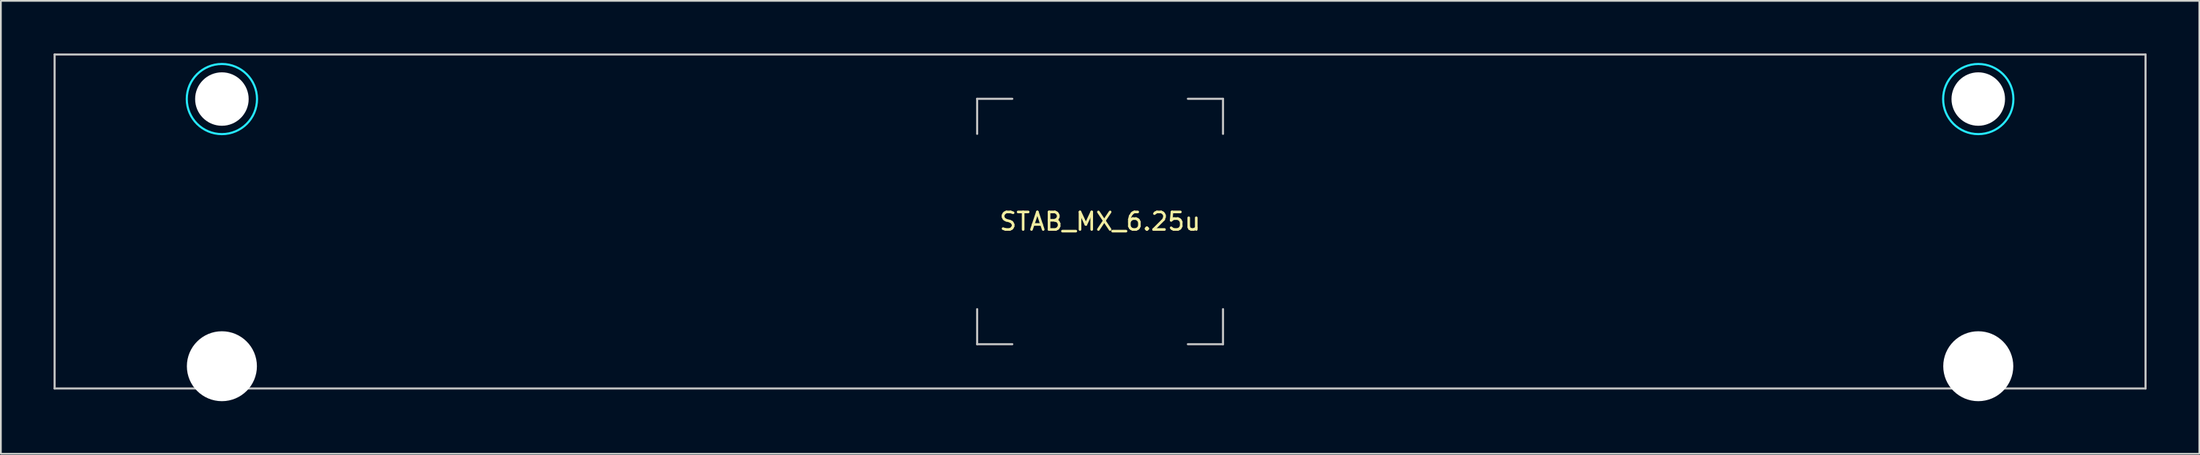
<source format=kicad_pcb>
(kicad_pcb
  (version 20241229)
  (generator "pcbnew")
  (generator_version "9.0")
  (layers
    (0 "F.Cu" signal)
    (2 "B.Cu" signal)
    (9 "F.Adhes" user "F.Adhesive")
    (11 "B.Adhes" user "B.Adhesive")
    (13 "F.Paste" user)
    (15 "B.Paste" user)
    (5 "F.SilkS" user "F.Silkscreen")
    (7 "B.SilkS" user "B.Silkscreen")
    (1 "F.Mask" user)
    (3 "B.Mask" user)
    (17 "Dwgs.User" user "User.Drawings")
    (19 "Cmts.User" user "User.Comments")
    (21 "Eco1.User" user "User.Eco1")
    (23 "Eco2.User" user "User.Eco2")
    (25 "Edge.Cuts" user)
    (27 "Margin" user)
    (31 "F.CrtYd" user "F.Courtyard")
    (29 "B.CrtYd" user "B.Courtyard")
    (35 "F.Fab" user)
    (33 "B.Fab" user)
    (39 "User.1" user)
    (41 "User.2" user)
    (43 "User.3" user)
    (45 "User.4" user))
  (footprint "STAB_MX_6.25u"
    (layer "F.Cu")
    (at 59.591 9.585)
    (property "Reference" "STAB_MX_6.25u" (at 0 0 0) (layer "F.SilkS") (effects (font (size 1 1) (thickness 0.15))))
    (attr through_hole exclude_from_pos_files exclude_from_bom)
    (fp_line (start -59.531 -9.525) (end -59.531 9.525) (stroke (width 0.12) (type solid)) (layer "Dwgs.User"))
    (fp_line (start -59.531 -9.525) (end 59.531 -9.525) (stroke (width 0.12) (type solid)) (layer "Dwgs.User"))
    (fp_line (start -59.531 9.525) (end 59.531 9.525) (stroke (width 0.12) (type solid)) (layer "Dwgs.User"))
    (fp_line (start -7 -7) (end -5 -7) (stroke (width 0.12) (type solid)) (layer "Dwgs.User"))
    (fp_line (start -7 -5) (end -7 -7) (stroke (width 0.12) (type solid)) (layer "Dwgs.User"))
    (fp_line (start -7 7) (end -7 5) (stroke (width 0.12) (type solid)) (layer "Dwgs.User"))
    (fp_line (start -5 7) (end -7 7) (stroke (width 0.12) (type solid)) (layer "Dwgs.User"))
    (fp_line (start 5 -7) (end 7 -7) (stroke (width 0.12) (type solid)) (layer "Dwgs.User"))
    (fp_line (start 5 7) (end 7 7) (stroke (width 0.12) (type solid)) (layer "Dwgs.User"))
    (fp_line (start 7 -7) (end 7 -5) (stroke (width 0.12) (type solid)) (layer "Dwgs.User"))
    (fp_line (start 7 7) (end 7 5) (stroke (width 0.12) (type solid)) (layer "Dwgs.User"))
    (fp_line (start 59.531 -9.525) (end 59.531 9.525) (stroke (width 0.12) (type solid)) (layer "Dwgs.User"))
    (fp_line (start -53.381 -5.5) (end -53.381 7.5) (stroke (width 0.05) (type solid)) (layer "Eco2.User"))
    (fp_line (start -52.881 -6) (end -47.131 -6) (stroke (width 0.05) (type solid)) (layer "Eco2.User"))
    (fp_line (start -52.881 8) (end -47.131 8) (stroke (width 0.05) (type solid)) (layer "Eco2.User"))
    (fp_line (start -46.631 -5.5) (end -46.631 7.5) (stroke (width 0.05) (type solid)) (layer "Eco2.User"))
    (fp_line (start 46.631 -5.5) (end 46.631 7.5) (stroke (width 0.05) (type solid)) (layer "Eco2.User"))
    (fp_line (start 47.131 -6) (end 52.88 -6) (stroke (width 0.05) (type solid)) (layer "Eco2.User"))
    (fp_line (start 47.131 8) (end 52.881 8) (stroke (width 0.05) (type solid)) (layer "Eco2.User"))
    (fp_line (start 53.38 -5.5) (end 53.381 7.5) (stroke (width 0.05) (type solid)) (layer "Eco2.User"))
    (fp_arc (start -53.38125 -5.499999) (mid -53.234803 -5.853552) (end -52.88125 -5.999999) (stroke (width 0.05) (type solid)) (layer "Eco2.User"))
    (fp_arc (start -52.88125 8.000001) (mid -53.234803 7.853554) (end -53.38125 7.500001) (stroke (width 0.05) (type solid)) (layer "Eco2.User"))
    (fp_arc (start -47.13125 -5.999999) (mid -46.777697 -5.853552) (end -46.63125 -5.499999) (stroke (width 0.05) (type solid)) (layer "Eco2.User"))
    (fp_arc (start -46.63125 7.500001) (mid -46.777697 7.853554) (end -47.13125 8.000001) (stroke (width 0.05) (type solid)) (layer "Eco2.User"))
    (fp_arc (start 46.63125 -5.499999) (mid 46.777697 -5.853552) (end 47.13125 -5.999999) (stroke (width 0.05) (type solid)) (layer "Eco2.User"))
    (fp_arc (start 47.13125 8.000001) (mid 46.777697 7.853554) (end 46.63125 7.500001) (stroke (width 0.05) (type solid)) (layer "Eco2.User"))
    (fp_arc (start 52.880039 -5.999999) (mid 53.233592 -5.853552) (end 53.380039 -5.499999) (stroke (width 0.05) (type solid)) (layer "Eco2.User"))
    (fp_arc (start 53.38125 7.500001) (mid 53.234803 7.853554) (end 52.88125 8.000001) (stroke (width 0.05) (type solid)) (layer "Eco2.User"))
    (fp_circle (center -50.006 -6.985) (end -48.006 -6.985) (stroke (width 0.12) (type solid)) (fill no) (layer "B.CrtYd"))
    (fp_circle (center 50.006 -6.985) (end 52.006 -6.985) (stroke (width 0.12) (type solid)) (fill no) (layer "B.CrtYd"))
    (pad "" np_thru_hole circle (at -50.006 -6.985) (size 3.048 3.048) (drill 3.048) (layers "*.Cu" "*.Mask"))
    (pad "" np_thru_hole circle (at -50.006 8.255) (size 3.988 3.988) (drill 3.988) (layers "*.Cu" "*.Mask"))
    (pad "" np_thru_hole circle (at 50.006 -6.985) (size 3.048 3.048) (drill 3.048) (layers "*.Cu" "*.Mask"))
    (pad "" np_thru_hole circle (at 50.006 8.255) (size 3.988 3.988) (drill 3.988) (layers "*.Cu" "*.Mask")))
  (gr_rect
    (start -3 -3)
    (end 122.183 22.834)
    (stroke (width 0.1) (type default))
    (fill no)
    (layer "Edge.Cuts")))
</source>
